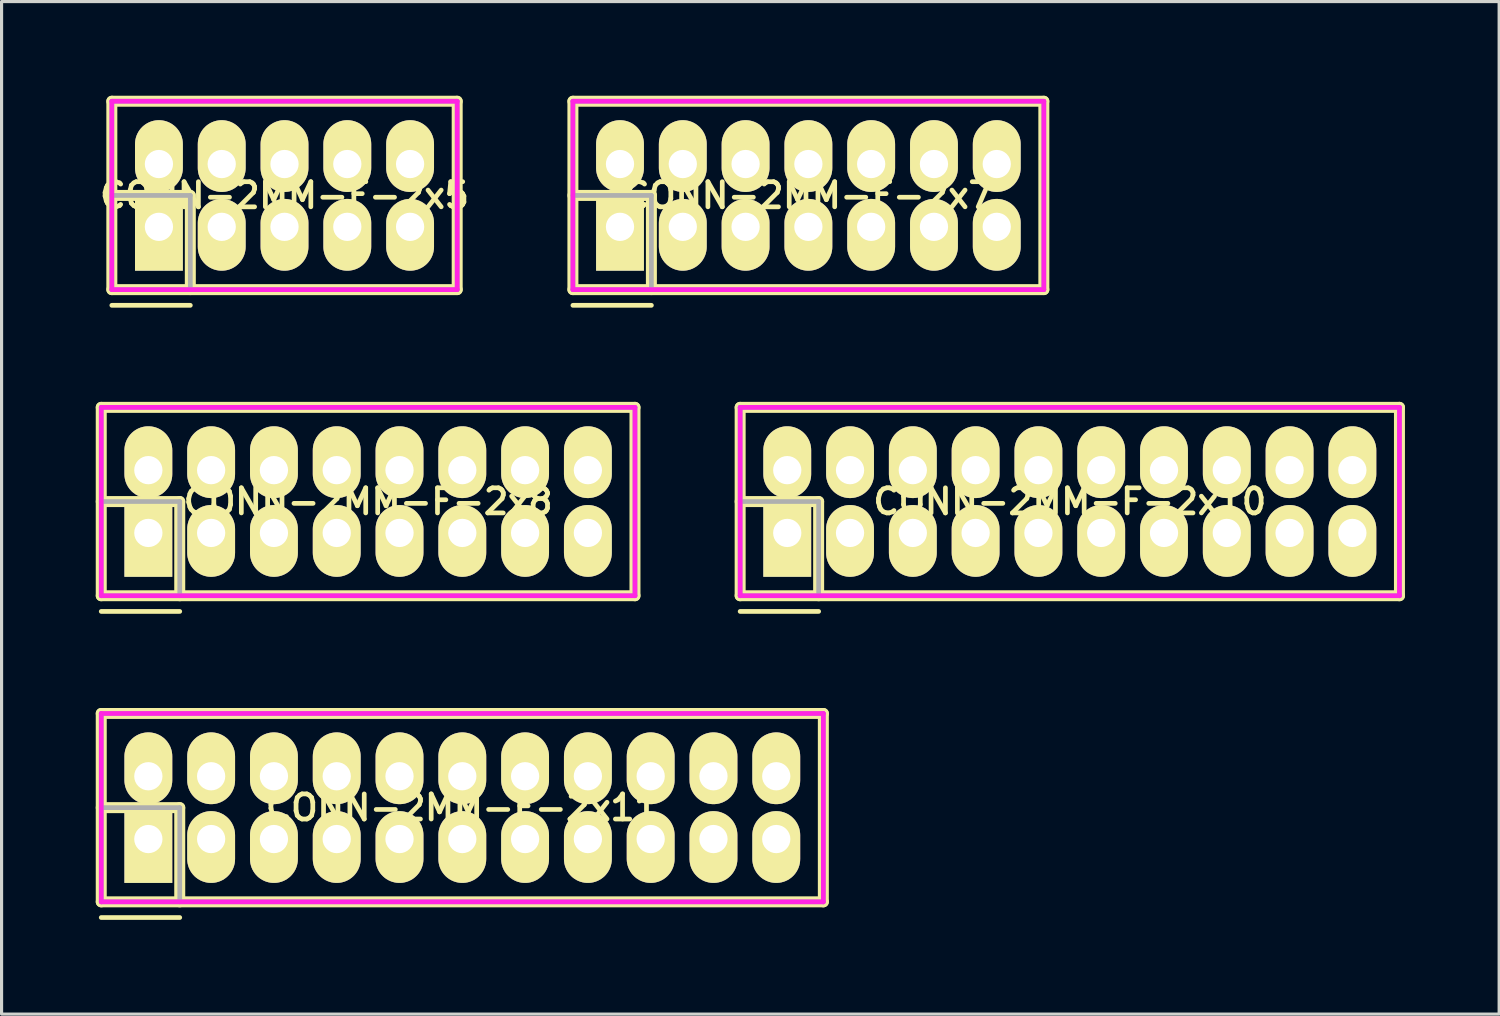
<source format=kicad_pcb>
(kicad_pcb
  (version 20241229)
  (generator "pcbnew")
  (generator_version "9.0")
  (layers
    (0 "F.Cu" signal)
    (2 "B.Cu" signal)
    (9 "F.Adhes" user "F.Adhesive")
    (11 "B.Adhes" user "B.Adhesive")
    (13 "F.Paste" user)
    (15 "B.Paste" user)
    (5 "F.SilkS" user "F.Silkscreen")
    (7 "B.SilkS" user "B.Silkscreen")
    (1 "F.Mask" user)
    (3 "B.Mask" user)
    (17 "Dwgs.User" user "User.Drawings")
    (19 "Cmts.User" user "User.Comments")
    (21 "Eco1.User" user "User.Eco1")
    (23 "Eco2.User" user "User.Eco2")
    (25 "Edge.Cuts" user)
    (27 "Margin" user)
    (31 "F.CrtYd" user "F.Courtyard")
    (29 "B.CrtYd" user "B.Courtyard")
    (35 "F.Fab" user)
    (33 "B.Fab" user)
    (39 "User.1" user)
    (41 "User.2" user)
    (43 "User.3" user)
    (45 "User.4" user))
  (footprint "CONN-2MM-F-2x8"
    (layer "F.Cu")
    (at 8.675 12.925)
    (property "Reference" "CONN-2MM-F-2x8" (at 0 0 0) (layer "F.SilkS") (effects (font (size 0.8 0.8) (thickness 0.15))))
    (attr through_hole)
    (fp_line (start -8.5 -3) (end 8.5 -3) (stroke (width 0.35) (type solid)) (layer "F.SilkS"))
    (fp_line (start -8.5 0) (end -6 0) (stroke (width 0.35) (type solid)) (layer "F.SilkS"))
    (fp_line (start -8.5 3) (end -8.5 -3) (stroke (width 0.35) (type solid)) (layer "F.SilkS"))
    (fp_line (start -8.5 3.5) (end -6 3.5) (stroke (width 0.15) (type solid)) (layer "F.SilkS"))
    (fp_line (start -6 0) (end -6 3) (stroke (width 0.35) (type solid)) (layer "F.SilkS"))
    (fp_line (start 8.5 -3) (end 8.5 3) (stroke (width 0.35) (type solid)) (layer "F.SilkS"))
    (fp_line (start 8.5 3) (end -8.5 3) (stroke (width 0.35) (type solid)) (layer "F.SilkS"))
    (fp_line (start -8.5 -3) (end 8.5 -3) (stroke (width 0.15) (type solid)) (layer "F.CrtYd"))
    (fp_line (start -8.5 3) (end -8.5 -3) (stroke (width 0.15) (type solid)) (layer "F.CrtYd"))
    (fp_line (start 8.5 -3) (end 8.5 3) (stroke (width 0.15) (type solid)) (layer "F.CrtYd"))
    (fp_line (start 8.5 3) (end -8.5 3) (stroke (width 0.15) (type solid)) (layer "F.CrtYd"))
    (fp_line (start -8.5 -3) (end 8.5 -3) (stroke (width 0.15) (type solid)) (layer "F.Fab"))
    (fp_line (start -8.5 0) (end -6 0) (stroke (width 0.15) (type solid)) (layer "F.Fab"))
    (fp_line (start -8.5 3) (end -8.5 -3) (stroke (width 0.15) (type solid)) (layer "F.Fab"))
    (fp_line (start -6 0) (end -6 3) (stroke (width 0.15) (type solid)) (layer "F.Fab"))
    (fp_line (start 8.5 -3) (end 8.5 3) (stroke (width 0.15) (type solid)) (layer "F.Fab"))
    (fp_line (start 8.5 3) (end -8.5 3) (stroke (width 0.15) (type solid)) (layer "F.Fab"))
    (pad "1" thru_hole rect (at -7 1) (size 1.524 2.286) (drill 0.9 (offset 0 0.254)) (layers "*.Cu" "*.Mask" "F.SilkS"))
    (pad "2" thru_hole oval (at -7 -1) (size 1.524 2.286) (drill 0.9 (offset 0 -0.254)) (layers "*.Cu" "*.Mask" "F.SilkS"))
    (pad "3" thru_hole oval (at -5 1) (size 1.524 2.286) (drill 0.9 (offset 0 0.254)) (layers "*.Cu" "*.Mask" "F.SilkS"))
    (pad "4" thru_hole oval (at -5 -1) (size 1.524 2.286) (drill 0.9 (offset 0 -0.254)) (layers "*.Cu" "*.Mask" "F.SilkS"))
    (pad "5" thru_hole oval (at -3 1) (size 1.524 2.286) (drill 0.9 (offset 0 0.254)) (layers "*.Cu" "*.Mask" "F.SilkS"))
    (pad "6" thru_hole oval (at -3 -1) (size 1.524 2.286) (drill 0.9 (offset 0 -0.254)) (layers "*.Cu" "*.Mask" "F.SilkS"))
    (pad "7" thru_hole oval (at -1 1) (size 1.524 2.286) (drill 0.9 (offset 0 0.254)) (layers "*.Cu" "*.Mask" "F.SilkS"))
    (pad "8" thru_hole oval (at -1 -1) (size 1.524 2.286) (drill 0.9 (offset 0 -0.254)) (layers "*.Cu" "*.Mask" "F.SilkS"))
    (pad "9" thru_hole oval (at 1 1) (size 1.524 2.286) (drill 0.9 (offset 0 0.254)) (layers "*.Cu" "*.Mask" "F.SilkS"))
    (pad "10" thru_hole oval (at 1 -1) (size 1.524 2.286) (drill 0.9 (offset 0 -0.254)) (layers "*.Cu" "*.Mask" "F.SilkS"))
    (pad "11" thru_hole oval (at 3 1) (size 1.524 2.286) (drill 0.9 (offset 0 0.254)) (layers "*.Cu" "*.Mask" "F.SilkS"))
    (pad "12" thru_hole oval (at 3 -1) (size 1.524 2.286) (drill 0.9 (offset 0 -0.254)) (layers "*.Cu" "*.Mask" "F.SilkS"))
    (pad "13" thru_hole oval (at 5 1) (size 1.524 2.286) (drill 0.9 (offset 0 0.254)) (layers "*.Cu" "*.Mask" "F.SilkS"))
    (pad "14" thru_hole oval (at 5 -1) (size 1.524 2.286) (drill 0.9 (offset 0 -0.254)) (layers "*.Cu" "*.Mask" "F.SilkS"))
    (pad "15" thru_hole oval (at 7 1) (size 1.524 2.286) (drill 0.9 (offset 0 0.254)) (layers "*.Cu" "*.Mask" "F.SilkS"))
    (pad "16" thru_hole oval (at 7 -1) (size 1.524 2.286) (drill 0.9 (offset 0 -0.254)) (layers "*.Cu" "*.Mask" "F.SilkS")))
  (footprint "CONN-2MM-F-2x7"
    (layer "F.Cu")
    (at 22.698 3.175)
    (property "Reference" "CONN-2MM-F-2x7" (at 0 0 0) (layer "F.SilkS") (effects (font (size 0.8 0.8) (thickness 0.15))))
    (attr through_hole)
    (fp_line (start -7.5 -3) (end 7.5 -3) (stroke (width 0.35) (type solid)) (layer "F.SilkS"))
    (fp_line (start -7.5 0) (end -5 0) (stroke (width 0.35) (type solid)) (layer "F.SilkS"))
    (fp_line (start -7.5 3) (end -7.5 -3) (stroke (width 0.35) (type solid)) (layer "F.SilkS"))
    (fp_line (start -7.5 3.5) (end -5 3.5) (stroke (width 0.15) (type solid)) (layer "F.SilkS"))
    (fp_line (start -5 0) (end -5 3) (stroke (width 0.35) (type solid)) (layer "F.SilkS"))
    (fp_line (start 7.5 -3) (end 7.5 3) (stroke (width 0.35) (type solid)) (layer "F.SilkS"))
    (fp_line (start 7.5 3) (end -7.5 3) (stroke (width 0.35) (type solid)) (layer "F.SilkS"))
    (fp_line (start -7.5 -3) (end 7.5 -3) (stroke (width 0.15) (type solid)) (layer "F.CrtYd"))
    (fp_line (start -7.5 3) (end -7.5 -3) (stroke (width 0.15) (type solid)) (layer "F.CrtYd"))
    (fp_line (start 7.5 -3) (end 7.5 3) (stroke (width 0.15) (type solid)) (layer "F.CrtYd"))
    (fp_line (start 7.5 3) (end -7.5 3) (stroke (width 0.15) (type solid)) (layer "F.CrtYd"))
    (fp_line (start -7.5 -3) (end 7.5 -3) (stroke (width 0.15) (type solid)) (layer "F.Fab"))
    (fp_line (start -7.5 0) (end -5 0) (stroke (width 0.15) (type solid)) (layer "F.Fab"))
    (fp_line (start -7.5 3) (end -7.5 -3) (stroke (width 0.15) (type solid)) (layer "F.Fab"))
    (fp_line (start -5 0) (end -5 3) (stroke (width 0.15) (type solid)) (layer "F.Fab"))
    (fp_line (start 7.5 -3) (end 7.5 3) (stroke (width 0.15) (type solid)) (layer "F.Fab"))
    (fp_line (start 7.5 3) (end -7.5 3) (stroke (width 0.15) (type solid)) (layer "F.Fab"))
    (pad "1" thru_hole rect (at -6 1) (size 1.524 2.286) (drill 0.9 (offset 0 0.254)) (layers "*.Cu" "*.Mask" "F.SilkS"))
    (pad "2" thru_hole oval (at -6 -1) (size 1.524 2.286) (drill 0.9 (offset 0 -0.254)) (layers "*.Cu" "*.Mask" "F.SilkS"))
    (pad "3" thru_hole oval (at -4 1) (size 1.524 2.286) (drill 0.9 (offset 0 0.254)) (layers "*.Cu" "*.Mask" "F.SilkS"))
    (pad "4" thru_hole oval (at -4 -1) (size 1.524 2.286) (drill 0.9 (offset 0 -0.254)) (layers "*.Cu" "*.Mask" "F.SilkS"))
    (pad "5" thru_hole oval (at -2 1) (size 1.524 2.286) (drill 0.9 (offset 0 0.254)) (layers "*.Cu" "*.Mask" "F.SilkS"))
    (pad "6" thru_hole oval (at -2 -1) (size 1.524 2.286) (drill 0.9 (offset 0 -0.254)) (layers "*.Cu" "*.Mask" "F.SilkS"))
    (pad "7" thru_hole oval (at 0 1) (size 1.524 2.286) (drill 0.9 (offset 0 0.254)) (layers "*.Cu" "*.Mask" "F.SilkS"))
    (pad "8" thru_hole oval (at 0 -1) (size 1.524 2.286) (drill 0.9 (offset 0 -0.254)) (layers "*.Cu" "*.Mask" "F.SilkS"))
    (pad "9" thru_hole oval (at 2 1) (size 1.524 2.286) (drill 0.9 (offset 0 0.254)) (layers "*.Cu" "*.Mask" "F.SilkS"))
    (pad "10" thru_hole oval (at 2 -1) (size 1.524 2.286) (drill 0.9 (offset 0 -0.254)) (layers "*.Cu" "*.Mask" "F.SilkS"))
    (pad "11" thru_hole oval (at 4 1) (size 1.524 2.286) (drill 0.9 (offset 0 0.254)) (layers "*.Cu" "*.Mask" "F.SilkS"))
    (pad "12" thru_hole oval (at 4 -1) (size 1.524 2.286) (drill 0.9 (offset 0 -0.254)) (layers "*.Cu" "*.Mask" "F.SilkS"))
    (pad "13" thru_hole oval (at 6 1) (size 1.524 2.286) (drill 0.9 (offset 0 0.254)) (layers "*.Cu" "*.Mask" "F.SilkS"))
    (pad "14" thru_hole oval (at 6 -1) (size 1.524 2.286) (drill 0.9 (offset 0 -0.254)) (layers "*.Cu" "*.Mask" "F.SilkS")))
  (footprint "CONN-2MM-F-2x5"
    (layer "F.Cu")
    (at 6.012 3.175)
    (property "Reference" "CONN-2MM-F-2x5" (at 0 0 0) (layer "F.SilkS") (effects (font (size 0.8 0.8) (thickness 0.15))))
    (attr through_hole)
    (fp_line (start -5.5 -3) (end 5.5 -3) (stroke (width 0.35) (type solid)) (layer "F.SilkS"))
    (fp_line (start -5.5 0) (end -3 0) (stroke (width 0.35) (type solid)) (layer "F.SilkS"))
    (fp_line (start -5.5 3) (end -5.5 -3) (stroke (width 0.35) (type solid)) (layer "F.SilkS"))
    (fp_line (start -5.5 3.5) (end -3 3.5) (stroke (width 0.15) (type solid)) (layer "F.SilkS"))
    (fp_line (start -3 0) (end -3 3) (stroke (width 0.35) (type solid)) (layer "F.SilkS"))
    (fp_line (start 5.5 -3) (end 5.5 3) (stroke (width 0.35) (type solid)) (layer "F.SilkS"))
    (fp_line (start 5.5 3) (end -5.5 3) (stroke (width 0.35) (type solid)) (layer "F.SilkS"))
    (fp_line (start -5.5 -3) (end 5.5 -3) (stroke (width 0.15) (type solid)) (layer "F.CrtYd"))
    (fp_line (start -5.5 3) (end -5.5 -3) (stroke (width 0.15) (type solid)) (layer "F.CrtYd"))
    (fp_line (start 5.5 -3) (end 5.5 3) (stroke (width 0.15) (type solid)) (layer "F.CrtYd"))
    (fp_line (start 5.5 3) (end -5.5 3) (stroke (width 0.15) (type solid)) (layer "F.CrtYd"))
    (fp_line (start -5.5 -3) (end 5.5 -3) (stroke (width 0.15) (type solid)) (layer "F.Fab"))
    (fp_line (start -5.5 0) (end -3 0) (stroke (width 0.15) (type solid)) (layer "F.Fab"))
    (fp_line (start -5.5 3) (end -5.5 -3) (stroke (width 0.15) (type solid)) (layer "F.Fab"))
    (fp_line (start -3 0) (end -3 3) (stroke (width 0.15) (type solid)) (layer "F.Fab"))
    (fp_line (start 5.5 -3) (end 5.5 3) (stroke (width 0.15) (type solid)) (layer "F.Fab"))
    (fp_line (start 5.5 3) (end -5.5 3) (stroke (width 0.15) (type solid)) (layer "F.Fab"))
    (pad "1" thru_hole rect (at -4 1) (size 1.524 2.286) (drill 0.9 (offset 0 0.254)) (layers "*.Cu" "*.Mask" "F.SilkS"))
    (pad "2" thru_hole oval (at -4 -1) (size 1.524 2.286) (drill 0.9 (offset 0 -0.254)) (layers "*.Cu" "*.Mask" "F.SilkS"))
    (pad "3" thru_hole oval (at -2 1) (size 1.524 2.286) (drill 0.9 (offset 0 0.254)) (layers "*.Cu" "*.Mask" "F.SilkS"))
    (pad "4" thru_hole oval (at -2 -1) (size 1.524 2.286) (drill 0.9 (offset 0 -0.254)) (layers "*.Cu" "*.Mask" "F.SilkS"))
    (pad "5" thru_hole oval (at 0 1) (size 1.524 2.286) (drill 0.9 (offset 0 0.254)) (layers "*.Cu" "*.Mask" "F.SilkS"))
    (pad "6" thru_hole oval (at 0 -1) (size 1.524 2.286) (drill 0.9 (offset 0 -0.254)) (layers "*.Cu" "*.Mask" "F.SilkS"))
    (pad "7" thru_hole oval (at 2 1) (size 1.524 2.286) (drill 0.9 (offset 0 0.254)) (layers "*.Cu" "*.Mask" "F.SilkS"))
    (pad "8" thru_hole oval (at 2 -1) (size 1.524 2.286) (drill 0.9 (offset 0 -0.254)) (layers "*.Cu" "*.Mask" "F.SilkS"))
    (pad "9" thru_hole oval (at 4 1) (size 1.524 2.286) (drill 0.9 (offset 0 0.254)) (layers "*.Cu" "*.Mask" "F.SilkS"))
    (pad "10" thru_hole oval (at 4 -1) (size 1.524 2.286) (drill 0.9 (offset 0 -0.254)) (layers "*.Cu" "*.Mask" "F.SilkS")))
  (footprint "CONN-2MM-F-2x10"
    (layer "F.Cu")
    (at 31.025 12.925)
    (property "Reference" "CONN-2MM-F-2x10" (at 0 0 0) (layer "F.SilkS") (effects (font (size 0.8 0.8) (thickness 0.15))))
    (attr through_hole)
    (fp_line (start -10.5 -3) (end 10.5 -3) (stroke (width 0.35) (type solid)) (layer "F.SilkS"))
    (fp_line (start -10.5 0) (end -8 0) (stroke (width 0.35) (type solid)) (layer "F.SilkS"))
    (fp_line (start -10.5 3) (end -10.5 -3) (stroke (width 0.35) (type solid)) (layer "F.SilkS"))
    (fp_line (start -10.5 3.5) (end -8 3.5) (stroke (width 0.15) (type solid)) (layer "F.SilkS"))
    (fp_line (start -8 0) (end -8 3) (stroke (width 0.35) (type solid)) (layer "F.SilkS"))
    (fp_line (start 10.5 -3) (end 10.5 3) (stroke (width 0.35) (type solid)) (layer "F.SilkS"))
    (fp_line (start 10.5 3) (end -10.5 3) (stroke (width 0.35) (type solid)) (layer "F.SilkS"))
    (fp_line (start -10.5 -3) (end 10.5 -3) (stroke (width 0.15) (type solid)) (layer "F.CrtYd"))
    (fp_line (start -10.5 3) (end -10.5 -3) (stroke (width 0.15) (type solid)) (layer "F.CrtYd"))
    (fp_line (start 10.5 -3) (end 10.5 3) (stroke (width 0.15) (type solid)) (layer "F.CrtYd"))
    (fp_line (start 10.5 3) (end -10.5 3) (stroke (width 0.15) (type solid)) (layer "F.CrtYd"))
    (fp_line (start -10.5 -3) (end 10.5 -3) (stroke (width 0.15) (type solid)) (layer "F.Fab"))
    (fp_line (start -10.5 0) (end -8 0) (stroke (width 0.15) (type solid)) (layer "F.Fab"))
    (fp_line (start -10.5 3) (end -10.5 -3) (stroke (width 0.15) (type solid)) (layer "F.Fab"))
    (fp_line (start -8 0) (end -8 3) (stroke (width 0.15) (type solid)) (layer "F.Fab"))
    (fp_line (start 10.5 -3) (end 10.5 3) (stroke (width 0.15) (type solid)) (layer "F.Fab"))
    (fp_line (start 10.5 3) (end -10.5 3) (stroke (width 0.15) (type solid)) (layer "F.Fab"))
    (pad "1" thru_hole rect (at -9 1) (size 1.524 2.286) (drill 0.9 (offset 0 0.254)) (layers "*.Cu" "*.Mask" "F.SilkS"))
    (pad "2" thru_hole oval (at -9 -1) (size 1.524 2.286) (drill 0.9 (offset 0 -0.254)) (layers "*.Cu" "*.Mask" "F.SilkS"))
    (pad "3" thru_hole oval (at -7 1) (size 1.524 2.286) (drill 0.9 (offset 0 0.254)) (layers "*.Cu" "*.Mask" "F.SilkS"))
    (pad "4" thru_hole oval (at -7 -1) (size 1.524 2.286) (drill 0.9 (offset 0 -0.254)) (layers "*.Cu" "*.Mask" "F.SilkS"))
    (pad "5" thru_hole oval (at -5 1) (size 1.524 2.286) (drill 0.9 (offset 0 0.254)) (layers "*.Cu" "*.Mask" "F.SilkS"))
    (pad "6" thru_hole oval (at -5 -1) (size 1.524 2.286) (drill 0.9 (offset 0 -0.254)) (layers "*.Cu" "*.Mask" "F.SilkS"))
    (pad "7" thru_hole oval (at -3 1) (size 1.524 2.286) (drill 0.9 (offset 0 0.254)) (layers "*.Cu" "*.Mask" "F.SilkS"))
    (pad "8" thru_hole oval (at -3 -1) (size 1.524 2.286) (drill 0.9 (offset 0 -0.254)) (layers "*.Cu" "*.Mask" "F.SilkS"))
    (pad "9" thru_hole oval (at -1 1) (size 1.524 2.286) (drill 0.9 (offset 0 0.254)) (layers "*.Cu" "*.Mask" "F.SilkS"))
    (pad "10" thru_hole oval (at -1 -1) (size 1.524 2.286) (drill 0.9 (offset 0 -0.254)) (layers "*.Cu" "*.Mask" "F.SilkS"))
    (pad "11" thru_hole oval (at 1 1) (size 1.524 2.286) (drill 0.9 (offset 0 0.254)) (layers "*.Cu" "*.Mask" "F.SilkS"))
    (pad "12" thru_hole oval (at 1 -1) (size 1.524 2.286) (drill 0.9 (offset 0 -0.254)) (layers "*.Cu" "*.Mask" "F.SilkS"))
    (pad "13" thru_hole oval (at 3 1) (size 1.524 2.286) (drill 0.9 (offset 0 0.254)) (layers "*.Cu" "*.Mask" "F.SilkS"))
    (pad "14" thru_hole oval (at 3 -1) (size 1.524 2.286) (drill 0.9 (offset 0 -0.254)) (layers "*.Cu" "*.Mask" "F.SilkS"))
    (pad "15" thru_hole oval (at 5 1) (size 1.524 2.286) (drill 0.9 (offset 0 0.254)) (layers "*.Cu" "*.Mask" "F.SilkS"))
    (pad "16" thru_hole oval (at 5 -1) (size 1.524 2.286) (drill 0.9 (offset 0 -0.254)) (layers "*.Cu" "*.Mask" "F.SilkS"))
    (pad "17" thru_hole oval (at 7 1) (size 1.524 2.286) (drill 0.9 (offset 0 0.254)) (layers "*.Cu" "*.Mask" "F.SilkS"))
    (pad "18" thru_hole oval (at 7 -1) (size 1.524 2.286) (drill 0.9 (offset 0 -0.254)) (layers "*.Cu" "*.Mask" "F.SilkS"))
    (pad "19" thru_hole oval (at 9 1) (size 1.524 2.286) (drill 0.9 (offset 0 0.254)) (layers "*.Cu" "*.Mask" "F.SilkS"))
    (pad "20" thru_hole oval (at 9 -1) (size 1.524 2.286) (drill 0.9 (offset 0 -0.254)) (layers "*.Cu" "*.Mask" "F.SilkS")))
  (footprint "CONN-2MM-F-2x11"
    (layer "F.Cu")
    (at 11.675 22.675)
    (property "Reference" "CONN-2MM-F-2x11" (at 0 0 0) (layer "F.SilkS") (effects (font (size 0.8 0.8) (thickness 0.15))))
    (attr through_hole)
    (fp_line (start -11.5 -3) (end 11.5 -3) (stroke (width 0.35) (type solid)) (layer "F.SilkS"))
    (fp_line (start -11.5 0) (end -9 0) (stroke (width 0.35) (type solid)) (layer "F.SilkS"))
    (fp_line (start -11.5 3) (end -11.5 -3) (stroke (width 0.35) (type solid)) (layer "F.SilkS"))
    (fp_line (start -11.5 3.5) (end -9 3.5) (stroke (width 0.15) (type solid)) (layer "F.SilkS"))
    (fp_line (start -9 0) (end -9 3) (stroke (width 0.35) (type solid)) (layer "F.SilkS"))
    (fp_line (start 11.5 -3) (end 11.5 3) (stroke (width 0.35) (type solid)) (layer "F.SilkS"))
    (fp_line (start 11.5 3) (end -11.5 3) (stroke (width 0.35) (type solid)) (layer "F.SilkS"))
    (fp_line (start -11.5 -3) (end 11.5 -3) (stroke (width 0.15) (type solid)) (layer "F.CrtYd"))
    (fp_line (start -11.5 3) (end -11.5 -3) (stroke (width 0.15) (type solid)) (layer "F.CrtYd"))
    (fp_line (start 11.5 -3) (end 11.5 3) (stroke (width 0.15) (type solid)) (layer "F.CrtYd"))
    (fp_line (start 11.5 3) (end -11.5 3) (stroke (width 0.15) (type solid)) (layer "F.CrtYd"))
    (fp_line (start -11.5 -3) (end 11.5 -3) (stroke (width 0.15) (type solid)) (layer "F.Fab"))
    (fp_line (start -11.5 0) (end -9 0) (stroke (width 0.15) (type solid)) (layer "F.Fab"))
    (fp_line (start -11.5 3) (end -11.5 -3) (stroke (width 0.15) (type solid)) (layer "F.Fab"))
    (fp_line (start -9 0) (end -9 3) (stroke (width 0.15) (type solid)) (layer "F.Fab"))
    (fp_line (start 11.5 -3) (end 11.5 3) (stroke (width 0.15) (type solid)) (layer "F.Fab"))
    (fp_line (start 11.5 3) (end -11.5 3) (stroke (width 0.15) (type solid)) (layer "F.Fab"))
    (pad "1" thru_hole rect (at -10 1) (size 1.524 2.286) (drill 0.9 (offset 0 0.254)) (layers "*.Cu" "*.Mask" "F.SilkS"))
    (pad "2" thru_hole oval (at -10 -1) (size 1.524 2.286) (drill 0.9 (offset 0 -0.254)) (layers "*.Cu" "*.Mask" "F.SilkS"))
    (pad "3" thru_hole oval (at -8 1) (size 1.524 2.286) (drill 0.9 (offset 0 0.254)) (layers "*.Cu" "*.Mask" "F.SilkS"))
    (pad "4" thru_hole oval (at -8 -1) (size 1.524 2.286) (drill 0.9 (offset 0 -0.254)) (layers "*.Cu" "*.Mask" "F.SilkS"))
    (pad "5" thru_hole oval (at -6 1) (size 1.524 2.286) (drill 0.9 (offset 0 0.254)) (layers "*.Cu" "*.Mask" "F.SilkS"))
    (pad "6" thru_hole oval (at -6 -1) (size 1.524 2.286) (drill 0.9 (offset 0 -0.254)) (layers "*.Cu" "*.Mask" "F.SilkS"))
    (pad "7" thru_hole oval (at -4 1) (size 1.524 2.286) (drill 0.9 (offset 0 0.254)) (layers "*.Cu" "*.Mask" "F.SilkS"))
    (pad "8" thru_hole oval (at -4 -1) (size 1.524 2.286) (drill 0.9 (offset 0 -0.254)) (layers "*.Cu" "*.Mask" "F.SilkS"))
    (pad "9" thru_hole oval (at -2 1) (size 1.524 2.286) (drill 0.9 (offset 0 0.254)) (layers "*.Cu" "*.Mask" "F.SilkS"))
    (pad "10" thru_hole oval (at -2 -1) (size 1.524 2.286) (drill 0.9 (offset 0 -0.254)) (layers "*.Cu" "*.Mask" "F.SilkS"))
    (pad "11" thru_hole oval (at 0 1) (size 1.524 2.286) (drill 0.9 (offset 0 0.254)) (layers "*.Cu" "*.Mask" "F.SilkS"))
    (pad "12" thru_hole oval (at 0 -1) (size 1.524 2.286) (drill 0.9 (offset 0 -0.254)) (layers "*.Cu" "*.Mask" "F.SilkS"))
    (pad "13" thru_hole oval (at 2 1) (size 1.524 2.286) (drill 0.9 (offset 0 0.254)) (layers "*.Cu" "*.Mask" "F.SilkS"))
    (pad "14" thru_hole oval (at 2 -1) (size 1.524 2.286) (drill 0.9 (offset 0 -0.254)) (layers "*.Cu" "*.Mask" "F.SilkS"))
    (pad "15" thru_hole oval (at 4 1) (size 1.524 2.286) (drill 0.9 (offset 0 0.254)) (layers "*.Cu" "*.Mask" "F.SilkS"))
    (pad "16" thru_hole oval (at 4 -1) (size 1.524 2.286) (drill 0.9 (offset 0 -0.254)) (layers "*.Cu" "*.Mask" "F.SilkS"))
    (pad "17" thru_hole oval (at 6 1) (size 1.524 2.286) (drill 0.9 (offset 0 0.254)) (layers "*.Cu" "*.Mask" "F.SilkS"))
    (pad "18" thru_hole oval (at 6 -1) (size 1.524 2.286) (drill 0.9 (offset 0 -0.254)) (layers "*.Cu" "*.Mask" "F.SilkS"))
    (pad "19" thru_hole oval (at 8 1) (size 1.524 2.286) (drill 0.9 (offset 0 0.254)) (layers "*.Cu" "*.Mask" "F.SilkS"))
    (pad "20" thru_hole oval (at 8 -1) (size 1.524 2.286) (drill 0.9 (offset 0 -0.254)) (layers "*.Cu" "*.Mask" "F.SilkS"))
    (pad "21" thru_hole oval (at 10 1) (size 1.524 2.286) (drill 0.9 (offset 0 0.254)) (layers "*.Cu" "*.Mask" "F.SilkS"))
    (pad "22" thru_hole oval (at 10 -1) (size 1.524 2.286) (drill 0.9 (offset 0 -0.254)) (layers "*.Cu" "*.Mask" "F.SilkS")))
  (gr_rect
    (start -3 -3)
    (end 44.7 29.25)
    (stroke (width 0.1) (type default))
    (fill no)
    (layer "Edge.Cuts")))
</source>
